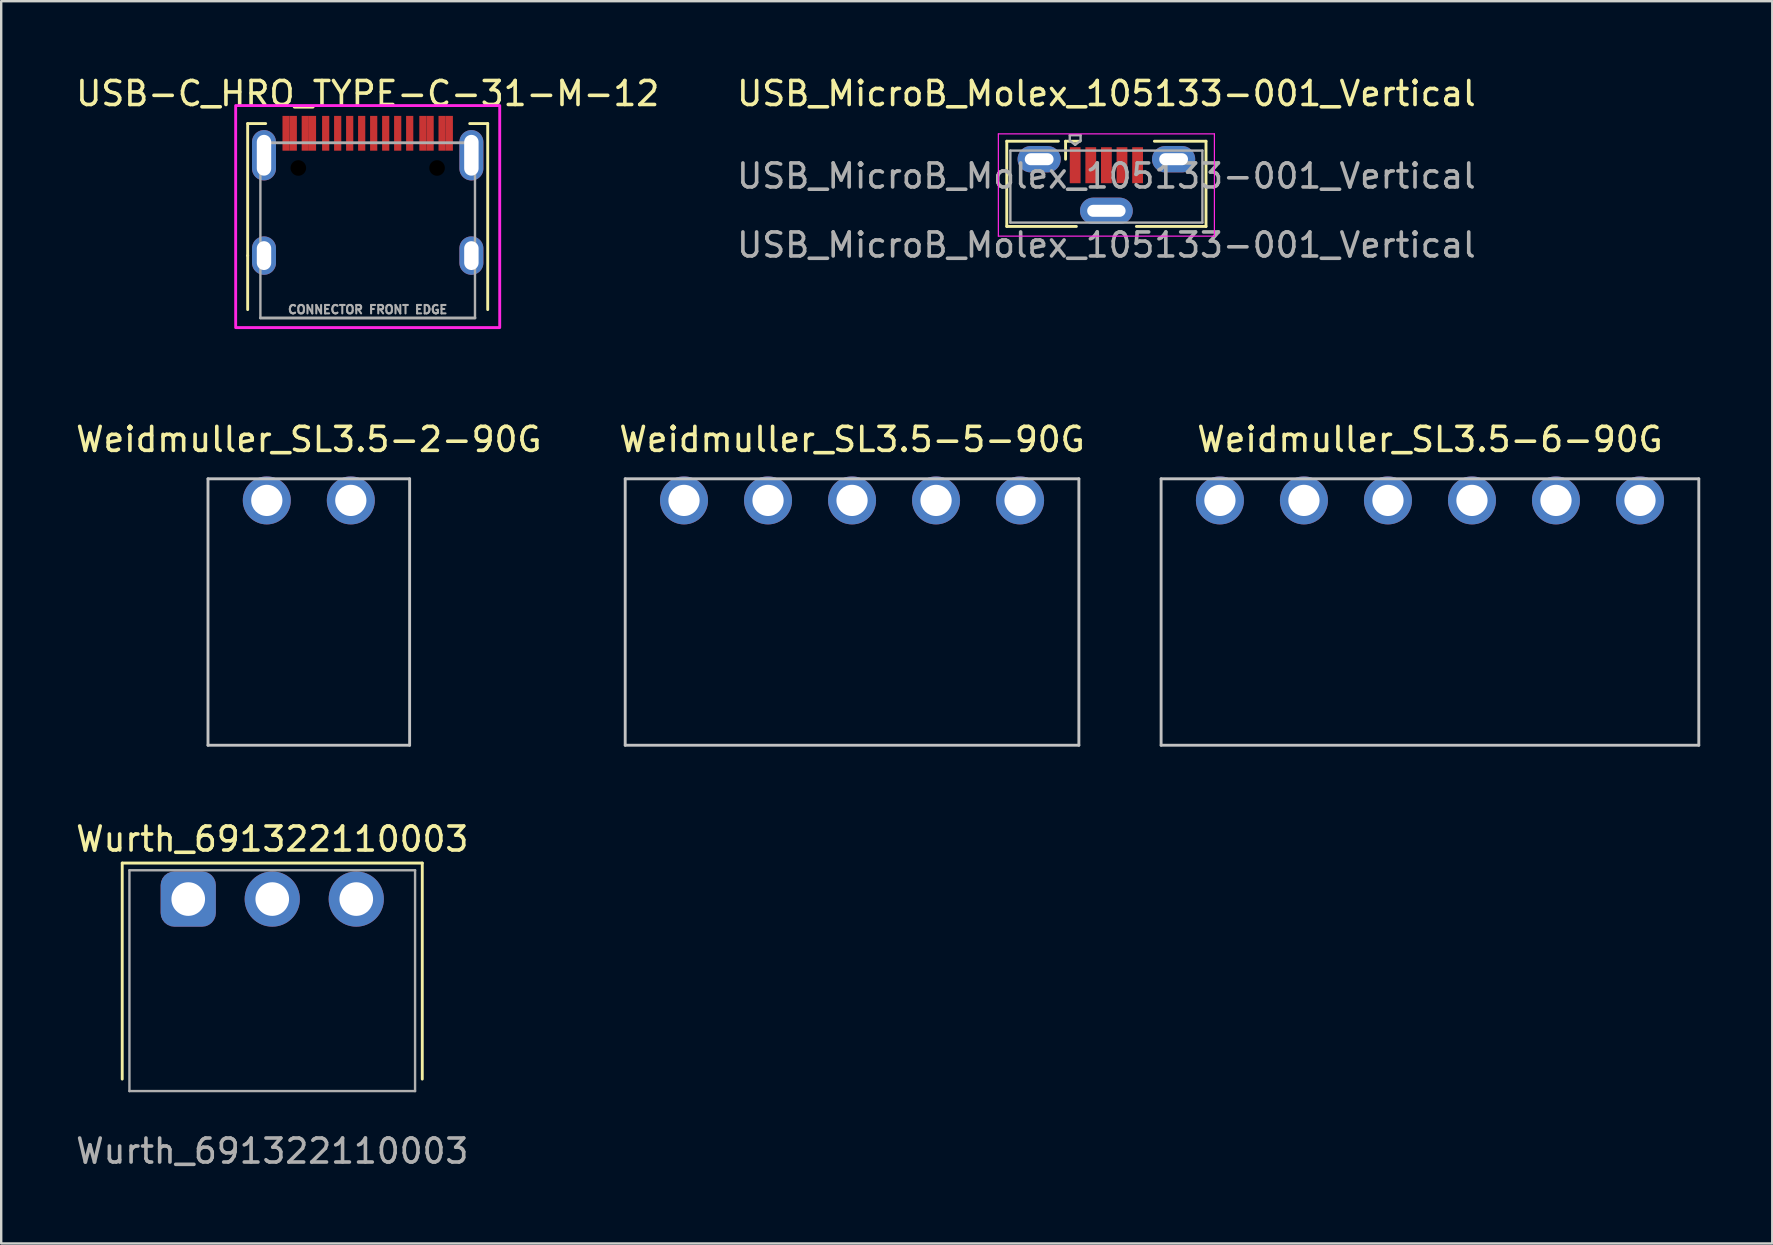
<source format=kicad_pcb>
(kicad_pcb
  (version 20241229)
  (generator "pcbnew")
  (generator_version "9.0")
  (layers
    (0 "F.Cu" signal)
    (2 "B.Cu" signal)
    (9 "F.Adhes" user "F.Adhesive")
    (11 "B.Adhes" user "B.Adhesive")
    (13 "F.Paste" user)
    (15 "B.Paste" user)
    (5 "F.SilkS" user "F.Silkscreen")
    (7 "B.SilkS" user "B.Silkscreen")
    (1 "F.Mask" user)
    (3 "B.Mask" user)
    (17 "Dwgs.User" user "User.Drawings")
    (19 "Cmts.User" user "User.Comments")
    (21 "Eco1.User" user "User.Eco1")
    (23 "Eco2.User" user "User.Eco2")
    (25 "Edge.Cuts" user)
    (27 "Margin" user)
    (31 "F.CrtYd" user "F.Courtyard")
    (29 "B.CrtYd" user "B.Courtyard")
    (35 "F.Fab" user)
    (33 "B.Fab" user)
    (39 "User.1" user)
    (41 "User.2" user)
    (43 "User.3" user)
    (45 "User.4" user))
  (footprint "Weidmuller_SL3.5-5-90G"
    (layer "F.Cu")
    (at 32.446 17.797)
    (property "Reference" "Weidmuller_SL3.5-5-90G" (at 0 -2.54 0) (unlocked yes) (layer "F.SilkS") (effects (font (size 1 1) (thickness 0.15))))
    (fp_line (start -9.45 -0.9) (end -9.45 10.2) (stroke (width 0.12) (type solid)) (layer "Dwgs.User"))
    (fp_line (start -9.45 -0.9) (end 9.45 -0.9) (stroke (width 0.12) (type solid)) (layer "Dwgs.User"))
    (fp_line (start 9.45 -0.9) (end 9.45 10.2) (stroke (width 0.12) (type solid)) (layer "Dwgs.User"))
    (fp_line (start 9.45 10.2) (end -9.45 10.2) (stroke (width 0.12) (type solid)) (layer "Dwgs.User"))
    (pad "1" thru_hole circle (at -7 0) (size 2 2) (drill 1.3) (layers "*.Cu" "*.Mask"))
    (pad "2" thru_hole circle (at -3.5 0) (size 2 2) (drill 1.3) (layers "*.Cu" "*.Mask"))
    (pad "3" thru_hole circle (at 0 0) (size 2 2) (drill 1.3) (layers "*.Cu" "*.Mask"))
    (pad "4" thru_hole circle (at 3.5 0) (size 2 2) (drill 1.3) (layers "*.Cu" "*.Mask"))
    (pad "5" thru_hole circle (at 7 0) (size 2 2) (drill 1.3) (layers "*.Cu" "*.Mask")))
  (footprint "Wurth_691322110003"
    (layer "F.Cu")
    (at 8.292 42.405)
    (property "Reference" "Wurth_691322110003" (at 0 -10.5 0) (unlocked yes) (layer "F.SilkS") (effects (font (size 1 1) (thickness 0.15))))
    (attr through_hole)
    (fp_line (start -6.25 -9.5) (end -6.25 -0.5) (stroke (width 0.12) (type default)) (layer "F.SilkS"))
    (fp_line (start 6.25 -9.5) (end -6.25 -9.5) (stroke (width 0.12) (type default)) (layer "F.SilkS"))
    (fp_line (start 6.25 -0.5) (end 6.25 -9.5) (stroke (width 0.12) (type default)) (layer "F.SilkS"))
    (fp_line (start -5.95 -9.2) (end -5.95 0) (stroke (width 0.1) (type default)) (layer "F.Fab"))
    (fp_line (start -5.95 0) (end 5.95 0) (stroke (width 0.1) (type default)) (layer "F.Fab"))
    (fp_line (start 5.95 -9.2) (end 5.95 0) (stroke (width 0.1) (type default)) (layer "F.Fab"))
    (fp_rect (start -5.95 -9.2) (end 5.95 -9.2) (stroke (width 0.1) (type default)) (fill no) (layer "F.Fab"))
    (fp_text user "${REFERENCE}" (at 0 2.5 0) (unlocked yes) (layer "F.Fab") (effects (font (size 1 1) (thickness 0.15))))
    (pad "1" thru_hole roundrect (at -3.5 -8) (size 2.3 2.3) (drill 1.4) (layers "*.Cu" "*.Mask") (roundrect_rratio 0.25))
    (pad "2" thru_hole circle (at 0 -8) (size 2.3 2.3) (drill 1.4) (layers "*.Cu" "*.Mask"))
    (pad "3" thru_hole circle (at 3.5 -8) (size 2.3 2.3) (drill 1.4) (layers "*.Cu" "*.Mask")))
  (footprint "USB-C_HRO_TYPE-C-31-M-12"
    (layer "F.Cu")
    (at 12.268 7.598)
    (property "Reference" "USB-C_HRO_TYPE-C-31-M-12" (at 0 -6.75 0) (unlocked yes) (layer "F.SilkS") (effects (font (size 1 1) (thickness 0.15))))
    (fp_line (start -5 -5.5) (end -5 0) (stroke (width 0.12) (type solid)) (layer "F.SilkS"))
    (fp_line (start -5 0) (end -5 2.25) (stroke (width 0.12) (type solid)) (layer "F.SilkS"))
    (fp_line (start -4.25 -5.5) (end -5 -5.5) (stroke (width 0.12) (type solid)) (layer "F.SilkS"))
    (fp_line (start 4.25 -5.5) (end 5 -5.5) (stroke (width 0.12) (type solid)) (layer "F.SilkS"))
    (fp_line (start 5 -5.5) (end 5 2.25) (stroke (width 0.12) (type solid)) (layer "F.SilkS"))
    (fp_rect (start -5.5 -6.25) (end 5.5 3) (stroke (width 0.12) (type solid)) (fill no) (layer "F.CrtYd"))
    (fp_line (start -4.47 -4.7) (end -4.47 2.6) (stroke (width 0.1) (type solid)) (layer "F.Fab"))
    (fp_line (start -4.47 -4.7) (end 4.47 -4.7) (stroke (width 0.12) (type solid)) (layer "F.Fab"))
    (fp_line (start -4.47 2.6) (end 4.47 2.6) (stroke (width 0.12) (type solid)) (layer "F.Fab"))
    (fp_line (start 4.47 2.6) (end 4.47 -4.7) (stroke (width 0.1) (type solid)) (layer "F.Fab"))
    (fp_line (start -5.3 2.75) (end -5.3 3.75) (stroke (width 0.12) (type solid)) (layer "User.1"))
    (fp_line (start -5.3 2.75) (end 5.3 2.75) (stroke (width 0.12) (type solid)) (layer "User.1"))
    (fp_line (start -5.3 3.75) (end 5.3 3.75) (stroke (width 0.12) (type solid)) (layer "User.1"))
    (fp_line (start 5.3 2.75) (end 5.3 3.75) (stroke (width 0.12) (type solid)) (layer "User.1"))
    (fp_text user "CONNECTOR FRONT EDGE" (at 0 2.25 0) (unlocked yes) (layer "F.Fab") (effects (font (size 0.35 0.35) (thickness 0.087))))
    (fp_text user "CONNECTOR WIDTH" (at 0 3.25 0) (unlocked yes) (layer "User.1") (effects (font (size 0.35 0.35) (thickness 0.087))))
    (pad "" np_thru_hole circle (at -2.89 -3.65) (size 0.65 0.65) (drill 0.65) (layers "*.Mask"))
    (pad "" np_thru_hole circle (at 2.89 -3.65) (size 0.65 0.65) (drill 0.65) (layers "*.Mask"))
    (pad "A1" smd rect (at -3.4 -5.095) (size 0.3 1.45) (layers "F.Cu" "F.Mask" "F.Paste"))
    (pad "A4" smd rect (at -2.6 -5.095) (size 0.3 1.45) (layers "F.Cu" "F.Mask" "F.Paste"))
    (pad "A5" smd rect (at -1.25 -5.095) (size 0.3 1.45) (layers "F.Cu" "F.Mask" "F.Paste"))
    (pad "A6" smd rect (at -0.25 -5.095) (size 0.3 1.45) (layers "F.Cu" "F.Mask" "F.Paste"))
    (pad "A7" smd rect (at 0.25 -5.095 180) (size 0.3 1.45) (layers "F.Cu" "F.Mask" "F.Paste"))
    (pad "A8" smd rect (at 1.25 -5.095 180) (size 0.3 1.45) (layers "F.Cu" "F.Mask" "F.Paste"))
    (pad "A9" smd rect (at 2.6 -5.095 180) (size 0.3 1.45) (layers "F.Cu" "F.Mask" "F.Paste"))
    (pad "A12" smd rect (at 3.4 -5.095 180) (size 0.3 1.45) (layers "F.Cu" "F.Mask" "F.Paste"))
    (pad "B1" smd rect (at 3.1 -5.095 180) (size 0.3 1.45) (layers "F.Cu" "F.Mask" "F.Paste"))
    (pad "B4" smd rect (at 2.3 -5.095 180) (size 0.3 1.45) (layers "F.Cu" "F.Mask" "F.Paste"))
    (pad "B5" smd rect (at 1.75 -5.095 180) (size 0.3 1.45) (layers "F.Cu" "F.Mask" "F.Paste"))
    (pad "B6" smd rect (at 0.75 -5.095 180) (size 0.3 1.45) (layers "F.Cu" "F.Mask" "F.Paste"))
    (pad "B7" smd rect (at -0.75 -5.095) (size 0.3 1.45) (layers "F.Cu" "F.Mask" "F.Paste"))
    (pad "B8" smd rect (at -1.75 -5.095) (size 0.3 1.45) (layers "F.Cu" "F.Mask" "F.Paste"))
    (pad "B9" smd rect (at -2.3 -5.095) (size 0.3 1.45) (layers "F.Cu" "F.Mask" "F.Paste"))
    (pad "B12" smd rect (at -3.1 -5.095) (size 0.3 1.45) (layers "F.Cu" "F.Mask" "F.Paste"))
    (pad "S1" thru_hole oval (at -4.32 -4.18) (size 1 2.1) (drill oval 0.6 1.7) (layers "*.Cu" "*.Mask"))
    (pad "S1" thru_hole oval (at -4.32 0) (size 1 1.6) (drill oval 0.6 1.2) (layers "*.Cu" "*.Mask"))
    (pad "S1" thru_hole oval (at 4.32 -4.18) (size 1 2.1) (drill oval 0.6 1.7) (layers "*.Cu" "*.Mask"))
    (pad "S1" thru_hole oval (at 4.32 0 180) (size 1 1.6) (drill oval 0.6 1.2) (layers "*.Cu" "*.Mask")))
  (footprint "Weidmuller_SL3.5-2-90G"
    (layer "F.Cu")
    (at 9.815 17.797)
    (property "Reference" "Weidmuller_SL3.5-2-90G" (at 0 -2.54 0) (unlocked yes) (layer "F.SilkS") (effects (font (size 1 1) (thickness 0.15))))
    (fp_line (start -4.2 -0.9) (end -4.2 10.2) (stroke (width 0.12) (type solid)) (layer "Dwgs.User"))
    (fp_line (start -4.2 -0.9) (end 4.2 -0.9) (stroke (width 0.12) (type solid)) (layer "Dwgs.User"))
    (fp_line (start -4.2 10.2) (end 4.2 10.2) (stroke (width 0.12) (type solid)) (layer "Dwgs.User"))
    (fp_line (start 4.2 -0.9) (end 4.2 10.2) (stroke (width 0.12) (type solid)) (layer "Dwgs.User"))
    (pad "1" thru_hole circle (at -1.75 0) (size 2 2) (drill 1.3) (layers "*.Cu" "*.Mask"))
    (pad "2" thru_hole circle (at 1.75 0) (size 2 2) (drill 1.3) (layers "*.Cu" "*.Mask")))
  (footprint "USB_MicroB_Molex_105133-001_Vertical"
    (layer "F.Cu")
    (at 43.042 4.658)
    (property "Reference" "USB_MicroB_Molex_105133-001_Vertical" (at 0 -3.81 0) (unlocked yes) (layer "F.SilkS") (effects (font (size 1 1) (thickness 0.15))))
    (fp_line (start -4.15 -1.825) (end -4.15 1.725) (stroke (width 0.12) (type solid)) (layer "F.SilkS"))
    (fp_line (start -4.15 1.725) (end -1.25 1.725) (stroke (width 0.12) (type solid)) (layer "F.SilkS"))
    (fp_line (start -2 -1.825) (end -4.15 -1.825) (stroke (width 0.12) (type solid)) (layer "F.SilkS"))
    (fp_line (start -1.7 -1.825) (end -1.1 -1.825) (stroke (width 0.12) (type solid)) (layer "F.SilkS"))
    (fp_line (start -1.7 -1.075) (end -1.7 -1.825) (stroke (width 0.12) (type solid)) (layer "F.SilkS"))
    (fp_line (start 2 -1.825) (end 4.15 -1.825) (stroke (width 0.12) (type solid)) (layer "F.SilkS"))
    (fp_line (start 4.15 -1.825) (end 4.15 1.725) (stroke (width 0.12) (type solid)) (layer "F.SilkS"))
    (fp_line (start 4.15 1.725) (end 1.25 1.725) (stroke (width 0.12) (type solid)) (layer "F.SilkS"))
    (fp_line (start -4.5 -2.13) (end 4.5 -2.13) (stroke (width 0.05) (type solid)) (layer "F.CrtYd"))
    (fp_line (start -4.5 2.13) (end -4.5 -2.13) (stroke (width 0.05) (type solid)) (layer "F.CrtYd"))
    (fp_line (start -4.5 2.13) (end 4.5 2.13) (stroke (width 0.05) (type solid)) (layer "F.CrtYd"))
    (fp_line (start 4.5 2.13) (end 4.5 -2.13) (stroke (width 0.05) (type solid)) (layer "F.CrtYd"))
    (fp_line (start -4 1.565) (end -4 -1.435) (stroke (width 0.1) (type solid)) (layer "F.Fab"))
    (fp_line (start -4 1.565) (end 4 1.565) (stroke (width 0.1) (type solid)) (layer "F.Fab"))
    (fp_line (start -1.525 -2.075) (end -1.075 -2.075) (stroke (width 0.1) (type solid)) (layer "F.Fab"))
    (fp_line (start -1.525 -1.85) (end -1.525 -2.075) (stroke (width 0.1) (type solid)) (layer "F.Fab"))
    (fp_line (start -1.3 -1.675) (end -1.525 -1.85) (stroke (width 0.1) (type solid)) (layer "F.Fab"))
    (fp_line (start -1.3 -1.675) (end -1.075 -1.85) (stroke (width 0.1) (type solid)) (layer "F.Fab"))
    (fp_line (start -1.075 -2.075) (end -1.075 -1.85) (stroke (width 0.1) (type solid)) (layer "F.Fab"))
    (fp_line (start 4 -1.435) (end -4 -1.435) (stroke (width 0.1) (type solid)) (layer "F.Fab"))
    (fp_line (start 4 1.565) (end 4 -1.435) (stroke (width 0.1) (type solid)) (layer "F.Fab"))
    (fp_text user "${REFERENCE}" (at 0 -0.375 0) (layer "F.Fab") (effects (font (size 1 1) (thickness 0.15))))
    (fp_text user "${REFERENCE}" (at 0 2.5 0) (unlocked yes) (layer "F.Fab") (effects (font (size 1 1) (thickness 0.15))))
    (pad "1" smd rect (at -1.3 -0.825) (size 0.45 1.5) (layers "F.Cu" "F.Mask" "F.Paste"))
    (pad "2" smd rect (at -0.65 -0.825) (size 0.45 1.5) (layers "F.Cu" "F.Mask" "F.Paste"))
    (pad "3" smd rect (at 0 -0.825) (size 0.45 1.5) (layers "F.Cu" "F.Mask" "F.Paste"))
    (pad "4" smd rect (at 0.65 -0.825) (size 0.45 1.5) (layers "F.Cu" "F.Mask" "F.Paste"))
    (pad "5" smd rect (at 1.3 -0.825) (size 0.45 1.5) (layers "F.Cu" "F.Mask" "F.Paste"))
    (pad "6" thru_hole oval (at -2.8 -1.075) (size 1.8 1.1) (drill oval 1.2 0.5) (layers "*.Cu" "*.Mask"))
    (pad "6" thru_hole oval (at 0 1.075) (size 2.2 1.1) (drill oval 1.6 0.5) (layers "*.Cu" "*.Mask"))
    (pad "6" thru_hole oval (at 2.8 -1.075) (size 1.8 1.1) (drill oval 1.2 0.5) (layers "*.Cu" "*.Mask")))
  (footprint "Weidmuller_SL3.5-6-90G"
    (layer "F.Cu")
    (at 56.522 17.797)
    (property "Reference" "Weidmuller_SL3.5-6-90G" (at 0 -2.54 0) (unlocked yes) (layer "F.SilkS") (effects (font (size 1 1) (thickness 0.15))))
    (fp_line (start -11.2 -0.9) (end -11.2 10.2) (stroke (width 0.12) (type solid)) (layer "Dwgs.User"))
    (fp_line (start -11.2 -0.9) (end 11.2 -0.9) (stroke (width 0.12) (type solid)) (layer "Dwgs.User"))
    (fp_line (start 11.2 -0.9) (end 11.2 10.2) (stroke (width 0.12) (type solid)) (layer "Dwgs.User"))
    (fp_line (start 11.2 10.2) (end -11.2 10.2) (stroke (width 0.12) (type solid)) (layer "Dwgs.User"))
    (pad "1" thru_hole circle (at -8.75 0) (size 2 2) (drill 1.3) (layers "*.Cu" "*.Mask"))
    (pad "2" thru_hole circle (at -5.25 0) (size 2 2) (drill 1.3) (layers "*.Cu" "*.Mask"))
    (pad "3" thru_hole circle (at -1.75 0) (size 2 2) (drill 1.3) (layers "*.Cu" "*.Mask"))
    (pad "4" thru_hole circle (at 1.75 0) (size 2 2) (drill 1.3) (layers "*.Cu" "*.Mask"))
    (pad "5" thru_hole circle (at 5.25 0) (size 2 2) (drill 1.3) (layers "*.Cu" "*.Mask"))
    (pad "6" thru_hole circle (at 8.75 0) (size 2 2) (drill 1.3) (layers "*.Cu" "*.Mask")))
  (gr_rect
    (start -3 -3)
    (end 70.782 48.753)
    (stroke (width 0.1) (type default))
    (fill no)
    (layer "Edge.Cuts")))
</source>
